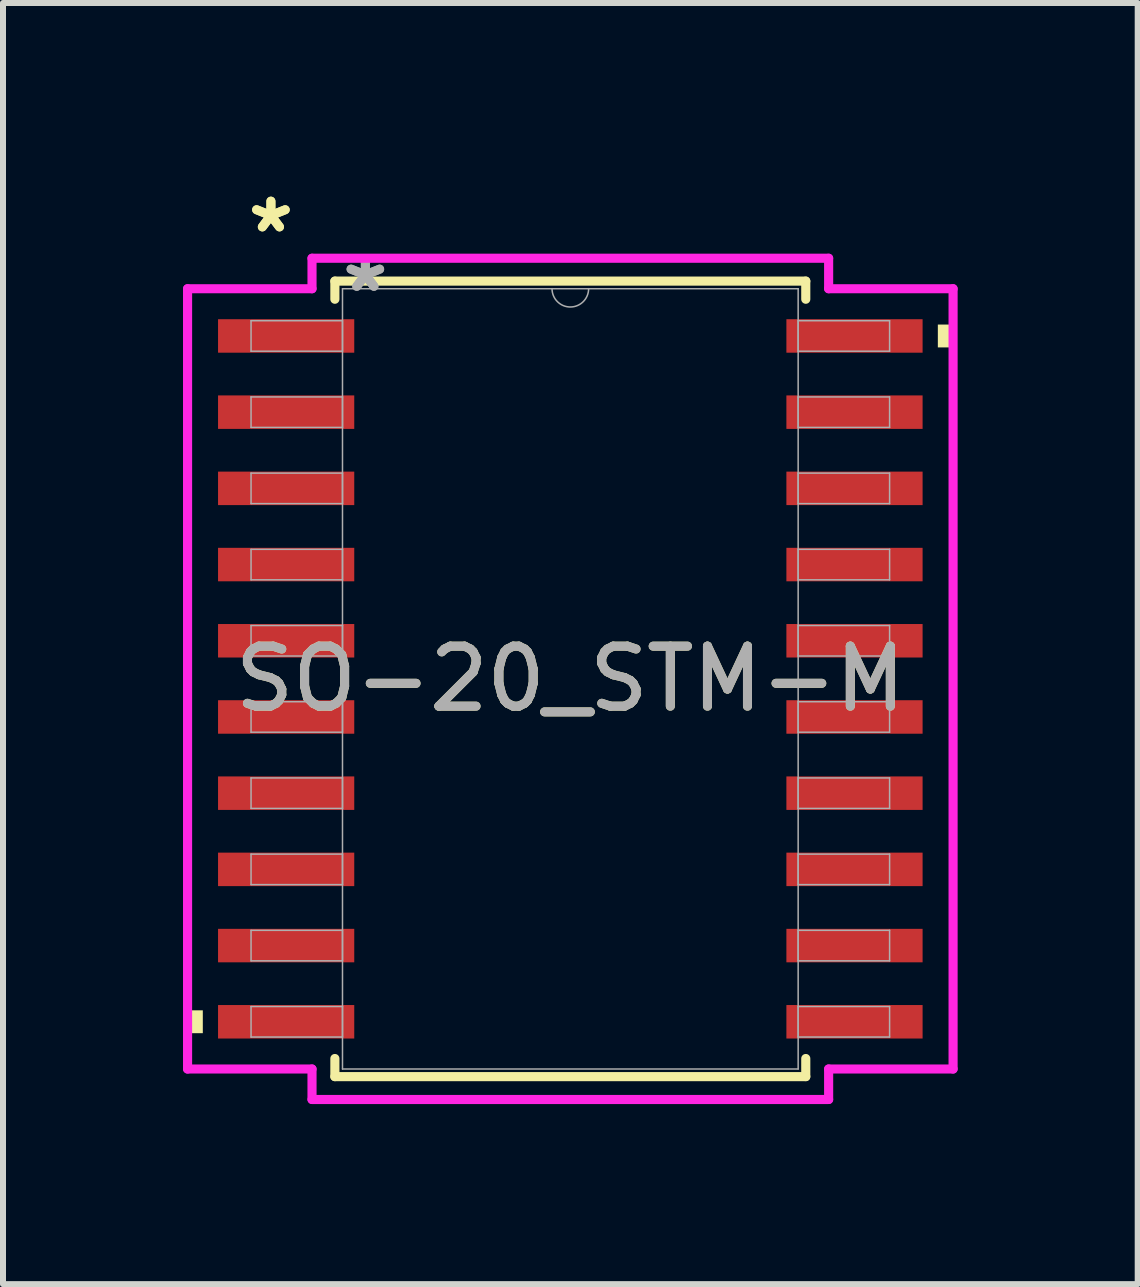
<source format=kicad_pcb>
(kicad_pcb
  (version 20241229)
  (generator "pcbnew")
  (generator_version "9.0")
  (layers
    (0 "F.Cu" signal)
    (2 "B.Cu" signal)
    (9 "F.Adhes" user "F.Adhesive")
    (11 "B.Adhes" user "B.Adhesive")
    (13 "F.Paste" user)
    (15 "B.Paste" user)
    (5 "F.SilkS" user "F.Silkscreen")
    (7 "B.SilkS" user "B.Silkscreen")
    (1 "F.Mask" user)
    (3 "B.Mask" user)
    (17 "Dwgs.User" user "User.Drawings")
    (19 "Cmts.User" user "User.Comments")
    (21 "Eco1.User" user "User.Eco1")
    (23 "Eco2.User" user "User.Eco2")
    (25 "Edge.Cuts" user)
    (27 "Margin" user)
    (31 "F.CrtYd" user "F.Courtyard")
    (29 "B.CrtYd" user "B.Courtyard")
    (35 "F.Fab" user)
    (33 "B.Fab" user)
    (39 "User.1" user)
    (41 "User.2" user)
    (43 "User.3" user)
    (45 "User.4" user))
  (footprint "SO-20_STM-M"
    (layer "F.Cu")
    (at 6.455 8.264)
    (property "Reference" "SO-20_STM-M" (at 0 0 0) (unlocked yes) (layer "F.SilkS") (effects (font (size 1 1) (thickness 0.15))))
    (attr smd)
    (fp_line (start -3.924 -6.629) (end -3.924 -6.327) (stroke (width 0.152) (type solid)) (layer "F.SilkS"))
    (fp_line (start -3.924 6.327) (end -3.924 6.629) (stroke (width 0.152) (type solid)) (layer "F.SilkS"))
    (fp_line (start -3.924 6.629) (end 3.924 6.629) (stroke (width 0.152) (type solid)) (layer "F.SilkS"))
    (fp_line (start 3.924 -6.629) (end -3.924 -6.629) (stroke (width 0.152) (type solid)) (layer "F.SilkS"))
    (fp_line (start 3.924 -6.327) (end 3.924 -6.629) (stroke (width 0.152) (type solid)) (layer "F.SilkS"))
    (fp_line (start 3.924 6.629) (end 3.924 6.327) (stroke (width 0.152) (type solid)) (layer "F.SilkS"))
    (fp_poly (pts (xy -6.379 5.524) (xy -6.379 5.905) (xy -6.125 5.905) (xy -6.125 5.524)) (stroke (width 0) (type solid)) (fill yes) (layer "F.SilkS"))
    (fp_poly (pts (xy 6.379 -5.905) (xy 6.379 -5.524) (xy 6.125 -5.524) (xy 6.125 -5.905)) (stroke (width 0) (type solid)) (fill yes) (layer "F.SilkS"))
    (fp_line (start -6.379 -6.502) (end -4.305 -6.502) (stroke (width 0.152) (type solid)) (layer "F.CrtYd"))
    (fp_line (start -6.379 6.502) (end -6.379 -6.502) (stroke (width 0.152) (type solid)) (layer "F.CrtYd"))
    (fp_line (start -6.379 6.502) (end -4.305 6.502) (stroke (width 0.152) (type solid)) (layer "F.CrtYd"))
    (fp_line (start -4.305 -7.01) (end 4.305 -7.01) (stroke (width 0.152) (type solid)) (layer "F.CrtYd"))
    (fp_line (start -4.305 -6.502) (end -4.305 -7.01) (stroke (width 0.152) (type solid)) (layer "F.CrtYd"))
    (fp_line (start -4.305 7.01) (end -4.305 6.502) (stroke (width 0.152) (type solid)) (layer "F.CrtYd"))
    (fp_line (start 4.305 -7.01) (end 4.305 -6.502) (stroke (width 0.152) (type solid)) (layer "F.CrtYd"))
    (fp_line (start 4.305 6.502) (end 4.305 7.01) (stroke (width 0.152) (type solid)) (layer "F.CrtYd"))
    (fp_line (start 4.305 7.01) (end -4.305 7.01) (stroke (width 0.152) (type solid)) (layer "F.CrtYd"))
    (fp_line (start 6.379 -6.502) (end 4.305 -6.502) (stroke (width 0.152) (type solid)) (layer "F.CrtYd"))
    (fp_line (start 6.379 -6.502) (end 6.379 6.502) (stroke (width 0.152) (type solid)) (layer "F.CrtYd"))
    (fp_line (start 6.379 6.502) (end 4.305 6.502) (stroke (width 0.152) (type solid)) (layer "F.CrtYd"))
    (fp_line (start -5.321 -5.969) (end -5.321 -5.461) (stroke (width 0.025) (type solid)) (layer "F.Fab"))
    (fp_line (start -5.321 -5.461) (end -3.797 -5.461) (stroke (width 0.025) (type solid)) (layer "F.Fab"))
    (fp_line (start -5.321 -4.699) (end -5.321 -4.191) (stroke (width 0.025) (type solid)) (layer "F.Fab"))
    (fp_line (start -5.321 -4.191) (end -3.797 -4.191) (stroke (width 0.025) (type solid)) (layer "F.Fab"))
    (fp_line (start -5.321 -3.429) (end -5.321 -2.921) (stroke (width 0.025) (type solid)) (layer "F.Fab"))
    (fp_line (start -5.321 -2.921) (end -3.797 -2.921) (stroke (width 0.025) (type solid)) (layer "F.Fab"))
    (fp_line (start -5.321 -2.159) (end -5.321 -1.651) (stroke (width 0.025) (type solid)) (layer "F.Fab"))
    (fp_line (start -5.321 -1.651) (end -3.797 -1.651) (stroke (width 0.025) (type solid)) (layer "F.Fab"))
    (fp_line (start -5.321 -0.889) (end -5.321 -0.381) (stroke (width 0.025) (type solid)) (layer "F.Fab"))
    (fp_line (start -5.321 -0.381) (end -3.797 -0.381) (stroke (width 0.025) (type solid)) (layer "F.Fab"))
    (fp_line (start -5.321 0.381) (end -5.321 0.889) (stroke (width 0.025) (type solid)) (layer "F.Fab"))
    (fp_line (start -5.321 0.889) (end -3.797 0.889) (stroke (width 0.025) (type solid)) (layer "F.Fab"))
    (fp_line (start -5.321 1.651) (end -5.321 2.159) (stroke (width 0.025) (type solid)) (layer "F.Fab"))
    (fp_line (start -5.321 2.159) (end -3.797 2.159) (stroke (width 0.025) (type solid)) (layer "F.Fab"))
    (fp_line (start -5.321 2.921) (end -5.321 3.429) (stroke (width 0.025) (type solid)) (layer "F.Fab"))
    (fp_line (start -5.321 3.429) (end -3.797 3.429) (stroke (width 0.025) (type solid)) (layer "F.Fab"))
    (fp_line (start -5.321 4.191) (end -5.321 4.699) (stroke (width 0.025) (type solid)) (layer "F.Fab"))
    (fp_line (start -5.321 4.699) (end -3.797 4.699) (stroke (width 0.025) (type solid)) (layer "F.Fab"))
    (fp_line (start -5.321 5.461) (end -5.321 5.969) (stroke (width 0.025) (type solid)) (layer "F.Fab"))
    (fp_line (start -5.321 5.969) (end -3.797 5.969) (stroke (width 0.025) (type solid)) (layer "F.Fab"))
    (fp_line (start -3.797 -6.502) (end -3.797 6.502) (stroke (width 0.025) (type solid)) (layer "F.Fab"))
    (fp_line (start -3.797 -5.969) (end -5.321 -5.969) (stroke (width 0.025) (type solid)) (layer "F.Fab"))
    (fp_line (start -3.797 -5.461) (end -3.797 -5.969) (stroke (width 0.025) (type solid)) (layer "F.Fab"))
    (fp_line (start -3.797 -4.699) (end -5.321 -4.699) (stroke (width 0.025) (type solid)) (layer "F.Fab"))
    (fp_line (start -3.797 -4.191) (end -3.797 -4.699) (stroke (width 0.025) (type solid)) (layer "F.Fab"))
    (fp_line (start -3.797 -3.429) (end -5.321 -3.429) (stroke (width 0.025) (type solid)) (layer "F.Fab"))
    (fp_line (start -3.797 -2.921) (end -3.797 -3.429) (stroke (width 0.025) (type solid)) (layer "F.Fab"))
    (fp_line (start -3.797 -2.159) (end -5.321 -2.159) (stroke (width 0.025) (type solid)) (layer "F.Fab"))
    (fp_line (start -3.797 -1.651) (end -3.797 -2.159) (stroke (width 0.025) (type solid)) (layer "F.Fab"))
    (fp_line (start -3.797 -0.889) (end -5.321 -0.889) (stroke (width 0.025) (type solid)) (layer "F.Fab"))
    (fp_line (start -3.797 -0.381) (end -3.797 -0.889) (stroke (width 0.025) (type solid)) (layer "F.Fab"))
    (fp_line (start -3.797 0.381) (end -5.321 0.381) (stroke (width 0.025) (type solid)) (layer "F.Fab"))
    (fp_line (start -3.797 0.889) (end -3.797 0.381) (stroke (width 0.025) (type solid)) (layer "F.Fab"))
    (fp_line (start -3.797 1.651) (end -5.321 1.651) (stroke (width 0.025) (type solid)) (layer "F.Fab"))
    (fp_line (start -3.797 2.159) (end -3.797 1.651) (stroke (width 0.025) (type solid)) (layer "F.Fab"))
    (fp_line (start -3.797 2.921) (end -5.321 2.921) (stroke (width 0.025) (type solid)) (layer "F.Fab"))
    (fp_line (start -3.797 3.429) (end -3.797 2.921) (stroke (width 0.025) (type solid)) (layer "F.Fab"))
    (fp_line (start -3.797 4.191) (end -5.321 4.191) (stroke (width 0.025) (type solid)) (layer "F.Fab"))
    (fp_line (start -3.797 4.699) (end -3.797 4.191) (stroke (width 0.025) (type solid)) (layer "F.Fab"))
    (fp_line (start -3.797 5.461) (end -5.321 5.461) (stroke (width 0.025) (type solid)) (layer "F.Fab"))
    (fp_line (start -3.797 5.969) (end -3.797 5.461) (stroke (width 0.025) (type solid)) (layer "F.Fab"))
    (fp_line (start -3.797 6.502) (end 3.797 6.502) (stroke (width 0.025) (type solid)) (layer "F.Fab"))
    (fp_line (start 3.797 -6.502) (end -3.797 -6.502) (stroke (width 0.025) (type solid)) (layer "F.Fab"))
    (fp_line (start 3.797 -5.969) (end 3.797 -5.461) (stroke (width 0.025) (type solid)) (layer "F.Fab"))
    (fp_line (start 3.797 -5.461) (end 5.321 -5.461) (stroke (width 0.025) (type solid)) (layer "F.Fab"))
    (fp_line (start 3.797 -4.699) (end 3.797 -4.191) (stroke (width 0.025) (type solid)) (layer "F.Fab"))
    (fp_line (start 3.797 -4.191) (end 5.321 -4.191) (stroke (width 0.025) (type solid)) (layer "F.Fab"))
    (fp_line (start 3.797 -3.429) (end 3.797 -2.921) (stroke (width 0.025) (type solid)) (layer "F.Fab"))
    (fp_line (start 3.797 -2.921) (end 5.321 -2.921) (stroke (width 0.025) (type solid)) (layer "F.Fab"))
    (fp_line (start 3.797 -2.159) (end 3.797 -1.651) (stroke (width 0.025) (type solid)) (layer "F.Fab"))
    (fp_line (start 3.797 -1.651) (end 5.321 -1.651) (stroke (width 0.025) (type solid)) (layer "F.Fab"))
    (fp_line (start 3.797 -0.889) (end 3.797 -0.381) (stroke (width 0.025) (type solid)) (layer "F.Fab"))
    (fp_line (start 3.797 -0.381) (end 5.321 -0.381) (stroke (width 0.025) (type solid)) (layer "F.Fab"))
    (fp_line (start 3.797 0.381) (end 3.797 0.889) (stroke (width 0.025) (type solid)) (layer "F.Fab"))
    (fp_line (start 3.797 0.889) (end 5.321 0.889) (stroke (width 0.025) (type solid)) (layer "F.Fab"))
    (fp_line (start 3.797 1.651) (end 3.797 2.159) (stroke (width 0.025) (type solid)) (layer "F.Fab"))
    (fp_line (start 3.797 2.159) (end 5.321 2.159) (stroke (width 0.025) (type solid)) (layer "F.Fab"))
    (fp_line (start 3.797 2.921) (end 3.797 3.429) (stroke (width 0.025) (type solid)) (layer "F.Fab"))
    (fp_line (start 3.797 3.429) (end 5.321 3.429) (stroke (width 0.025) (type solid)) (layer "F.Fab"))
    (fp_line (start 3.797 4.191) (end 3.797 4.699) (stroke (width 0.025) (type solid)) (layer "F.Fab"))
    (fp_line (start 3.797 4.699) (end 5.321 4.699) (stroke (width 0.025) (type solid)) (layer "F.Fab"))
    (fp_line (start 3.797 5.461) (end 3.797 5.969) (stroke (width 0.025) (type solid)) (layer "F.Fab"))
    (fp_line (start 3.797 5.969) (end 5.321 5.969) (stroke (width 0.025) (type solid)) (layer "F.Fab"))
    (fp_line (start 3.797 6.502) (end 3.797 -6.502) (stroke (width 0.025) (type solid)) (layer "F.Fab"))
    (fp_line (start 5.321 -5.969) (end 3.797 -5.969) (stroke (width 0.025) (type solid)) (layer "F.Fab"))
    (fp_line (start 5.321 -5.461) (end 5.321 -5.969) (stroke (width 0.025) (type solid)) (layer "F.Fab"))
    (fp_line (start 5.321 -4.699) (end 3.797 -4.699) (stroke (width 0.025) (type solid)) (layer "F.Fab"))
    (fp_line (start 5.321 -4.191) (end 5.321 -4.699) (stroke (width 0.025) (type solid)) (layer "F.Fab"))
    (fp_line (start 5.321 -3.429) (end 3.797 -3.429) (stroke (width 0.025) (type solid)) (layer "F.Fab"))
    (fp_line (start 5.321 -2.921) (end 5.321 -3.429) (stroke (width 0.025) (type solid)) (layer "F.Fab"))
    (fp_line (start 5.321 -2.159) (end 3.797 -2.159) (stroke (width 0.025) (type solid)) (layer "F.Fab"))
    (fp_line (start 5.321 -1.651) (end 5.321 -2.159) (stroke (width 0.025) (type solid)) (layer "F.Fab"))
    (fp_line (start 5.321 -0.889) (end 3.797 -0.889) (stroke (width 0.025) (type solid)) (layer "F.Fab"))
    (fp_line (start 5.321 -0.381) (end 5.321 -0.889) (stroke (width 0.025) (type solid)) (layer "F.Fab"))
    (fp_line (start 5.321 0.381) (end 3.797 0.381) (stroke (width 0.025) (type solid)) (layer "F.Fab"))
    (fp_line (start 5.321 0.889) (end 5.321 0.381) (stroke (width 0.025) (type solid)) (layer "F.Fab"))
    (fp_line (start 5.321 1.651) (end 3.797 1.651) (stroke (width 0.025) (type solid)) (layer "F.Fab"))
    (fp_line (start 5.321 2.159) (end 5.321 1.651) (stroke (width 0.025) (type solid)) (layer "F.Fab"))
    (fp_line (start 5.321 2.921) (end 3.797 2.921) (stroke (width 0.025) (type solid)) (layer "F.Fab"))
    (fp_line (start 5.321 3.429) (end 5.321 2.921) (stroke (width 0.025) (type solid)) (layer "F.Fab"))
    (fp_line (start 5.321 4.191) (end 3.797 4.191) (stroke (width 0.025) (type solid)) (layer "F.Fab"))
    (fp_line (start 5.321 4.699) (end 5.321 4.191) (stroke (width 0.025) (type solid)) (layer "F.Fab"))
    (fp_line (start 5.321 5.461) (end 3.797 5.461) (stroke (width 0.025) (type solid)) (layer "F.Fab"))
    (fp_line (start 5.321 5.969) (end 5.321 5.461) (stroke (width 0.025) (type solid)) (layer "F.Fab"))
    (fp_arc (start 0.3048 -6.5024) (mid 0 -6.1976) (end -0.3048 -6.5024) (stroke (width 0.0254) (type solid)) (layer "F.Fab"))
    (fp_text user "*" (at -4.99 -7.416 0) (unlocked yes) (layer "F.SilkS") (effects (font (size 1 1) (thickness 0.15))))
    (fp_text user "*" (at -4.99 -7.416 0) (layer "F.SilkS") (effects (font (size 1 1) (thickness 0.15))))
    (fp_text user "*" (at -3.416 -6.426 0) (layer "F.Fab") (effects (font (size 1 1) (thickness 0.15))))
    (fp_text user "${REFERENCE}" (at 0 0 0) (unlocked yes) (layer "F.Fab") (effects (font (size 1 1) (thickness 0.15))))
    (fp_text user "*" (at -3.416 -6.426 0) (unlocked yes) (layer "F.Fab") (effects (font (size 1 1) (thickness 0.15))))
    (pad "1" smd rect (at -4.736 -5.715) (size 2.27 0.558) (layers "F.Cu" "F.Mask" "F.Paste"))
    (pad "2" smd rect (at -4.736 -4.445) (size 2.27 0.558) (layers "F.Cu" "F.Mask" "F.Paste"))
    (pad "3" smd rect (at -4.736 -3.175) (size 2.27 0.558) (layers "F.Cu" "F.Mask" "F.Paste"))
    (pad "4" smd rect (at -4.736 -1.905) (size 2.27 0.558) (layers "F.Cu" "F.Mask" "F.Paste"))
    (pad "5" smd rect (at -4.736 -0.635) (size 2.27 0.558) (layers "F.Cu" "F.Mask" "F.Paste"))
    (pad "6" smd rect (at -4.736 0.635) (size 2.27 0.558) (layers "F.Cu" "F.Mask" "F.Paste"))
    (pad "7" smd rect (at -4.736 1.905) (size 2.27 0.558) (layers "F.Cu" "F.Mask" "F.Paste"))
    (pad "8" smd rect (at -4.736 3.175) (size 2.27 0.558) (layers "F.Cu" "F.Mask" "F.Paste"))
    (pad "9" smd rect (at -4.736 4.445) (size 2.27 0.558) (layers "F.Cu" "F.Mask" "F.Paste"))
    (pad "10" smd rect (at -4.736 5.715) (size 2.27 0.558) (layers "F.Cu" "F.Mask" "F.Paste"))
    (pad "11" smd rect (at 4.736 5.715) (size 2.27 0.558) (layers "F.Cu" "F.Mask" "F.Paste"))
    (pad "12" smd rect (at 4.736 4.445) (size 2.27 0.558) (layers "F.Cu" "F.Mask" "F.Paste"))
    (pad "13" smd rect (at 4.736 3.175) (size 2.27 0.558) (layers "F.Cu" "F.Mask" "F.Paste"))
    (pad "14" smd rect (at 4.736 1.905) (size 2.27 0.558) (layers "F.Cu" "F.Mask" "F.Paste"))
    (pad "15" smd rect (at 4.736 0.635) (size 2.27 0.558) (layers "F.Cu" "F.Mask" "F.Paste"))
    (pad "16" smd rect (at 4.736 -0.635) (size 2.27 0.558) (layers "F.Cu" "F.Mask" "F.Paste"))
    (pad "17" smd rect (at 4.736 -1.905) (size 2.27 0.558) (layers "F.Cu" "F.Mask" "F.Paste"))
    (pad "18" smd rect (at 4.736 -3.175) (size 2.27 0.558) (layers "F.Cu" "F.Mask" "F.Paste"))
    (pad "19" smd rect (at 4.736 -4.445) (size 2.27 0.558) (layers "F.Cu" "F.Mask" "F.Paste"))
    (pad "20" smd rect (at 4.736 -5.715) (size 2.27 0.558) (layers "F.Cu" "F.Mask" "F.Paste")))
  (gr_rect
    (start -3 -3)
    (end 15.911 18.351)
    (stroke (width 0.1) (type default))
    (fill no)
    (layer "Edge.Cuts")))
</source>
